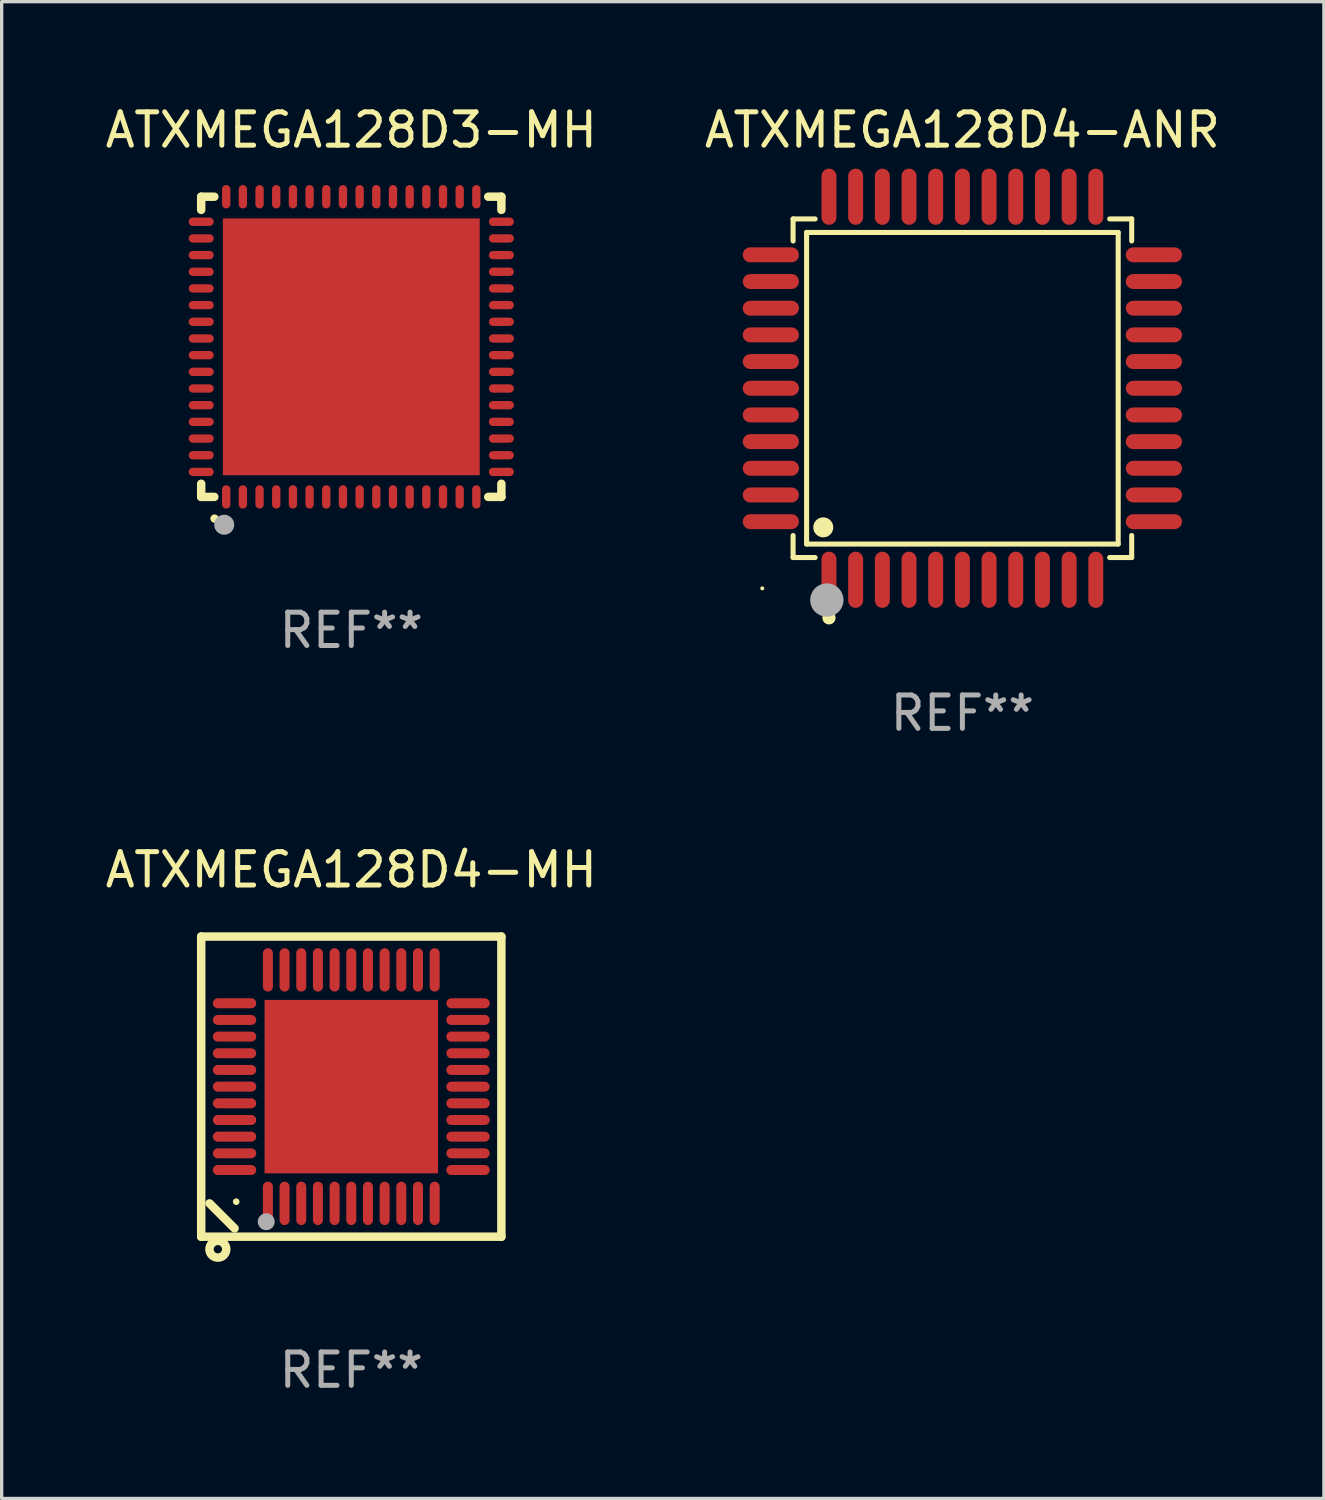
<source format=kicad_pcb>
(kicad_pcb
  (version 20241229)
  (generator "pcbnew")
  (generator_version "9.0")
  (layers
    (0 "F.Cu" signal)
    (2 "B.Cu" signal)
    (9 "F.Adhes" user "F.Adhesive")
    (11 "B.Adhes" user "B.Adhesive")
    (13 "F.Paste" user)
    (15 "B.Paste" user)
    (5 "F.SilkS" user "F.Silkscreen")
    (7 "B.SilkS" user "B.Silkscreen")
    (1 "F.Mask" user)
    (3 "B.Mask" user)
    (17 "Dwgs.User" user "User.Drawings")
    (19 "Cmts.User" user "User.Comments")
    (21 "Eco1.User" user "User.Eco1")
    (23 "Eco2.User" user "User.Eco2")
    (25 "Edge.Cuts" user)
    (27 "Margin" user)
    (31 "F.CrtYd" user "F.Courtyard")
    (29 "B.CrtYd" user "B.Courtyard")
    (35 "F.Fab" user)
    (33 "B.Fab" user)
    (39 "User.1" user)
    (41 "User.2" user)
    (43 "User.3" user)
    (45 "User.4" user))
  (footprint "ATXMEGA128D4-ANR"
    (layer "F.Cu")
    (at 25.804 8.59)
    (property "Reference" "ATXMEGA128D4-ANR" (at 0 -7.742 0) (layer "F.SilkS") (effects (font (size 1 1) (thickness 0.15))))
    (attr through_hole)
    (fp_line (start -5.076 -5.076) (end -4.415 -5.076) (stroke (width 0.152) (type solid)) (layer "F.SilkS"))
    (fp_line (start -5.076 -4.415) (end -5.076 -5.076) (stroke (width 0.152) (type solid)) (layer "F.SilkS"))
    (fp_line (start -5.076 4.415) (end -5.076 5.076) (stroke (width 0.152) (type solid)) (layer "F.SilkS"))
    (fp_line (start -5.076 5.076) (end -4.415 5.076) (stroke (width 0.152) (type solid)) (layer "F.SilkS"))
    (fp_line (start -4.671 -4.671) (end 4.671 -4.671) (stroke (width 0.152) (type solid)) (layer "F.SilkS"))
    (fp_line (start -4.671 4.671) (end -4.671 -4.671) (stroke (width 0.152) (type solid)) (layer "F.SilkS"))
    (fp_line (start 4.671 -4.671) (end 4.671 4.671) (stroke (width 0.152) (type solid)) (layer "F.SilkS"))
    (fp_line (start 4.671 4.671) (end -4.671 4.671) (stroke (width 0.152) (type solid)) (layer "F.SilkS"))
    (fp_line (start 5.076 -5.076) (end 4.415 -5.076) (stroke (width 0.152) (type solid)) (layer "F.SilkS"))
    (fp_line (start 5.076 -4.415) (end 5.076 -5.076) (stroke (width 0.152) (type solid)) (layer "F.SilkS"))
    (fp_line (start 5.076 4.415) (end 5.076 5.076) (stroke (width 0.152) (type solid)) (layer "F.SilkS"))
    (fp_line (start 5.076 5.076) (end 4.415 5.076) (stroke (width 0.152) (type solid)) (layer "F.SilkS"))
    (fp_circle (center -6 6) (end -5.97 6) (stroke (width 0.06) (type solid)) (fill no) (layer "F.SilkS"))
    (fp_circle (center -4.171 4.171) (end -4.021 4.171) (stroke (width 0.3) (type solid)) (fill no) (layer "F.SilkS"))
    (fp_circle (center -4 6.884) (end -3.9 6.884) (stroke (width 0.2) (type solid)) (fill no) (layer "F.SilkS"))
    (fp_circle (center -4.064 6.35) (end -3.814 6.35) (stroke (width 0.5) (type solid)) (fill no) (layer "F.Fab"))
    (fp_text user "REF**" (at 0 9.742 0) (layer "F.Fab") (effects (font (size 1 1) (thickness 0.15))))
    (pad "1" smd oval (at -4 5.742) (size 0.448 1.684) (layers "F.Cu" "F.Mask" "F.Paste"))
    (pad "2" smd oval (at -3.2 5.742) (size 0.448 1.684) (layers "F.Cu" "F.Mask" "F.Paste"))
    (pad "3" smd oval (at -2.4 5.742) (size 0.448 1.684) (layers "F.Cu" "F.Mask" "F.Paste"))
    (pad "4" smd oval (at -1.6 5.742) (size 0.448 1.684) (layers "F.Cu" "F.Mask" "F.Paste"))
    (pad "5" smd oval (at -0.8 5.742) (size 0.448 1.684) (layers "F.Cu" "F.Mask" "F.Paste"))
    (pad "6" smd oval (at 0 5.742) (size 0.448 1.684) (layers "F.Cu" "F.Mask" "F.Paste"))
    (pad "7" smd oval (at 0.8 5.742) (size 0.448 1.684) (layers "F.Cu" "F.Mask" "F.Paste"))
    (pad "8" smd oval (at 1.6 5.742) (size 0.448 1.684) (layers "F.Cu" "F.Mask" "F.Paste"))
    (pad "9" smd oval (at 2.4 5.742) (size 0.448 1.684) (layers "F.Cu" "F.Mask" "F.Paste"))
    (pad "10" smd oval (at 3.2 5.742) (size 0.448 1.684) (layers "F.Cu" "F.Mask" "F.Paste"))
    (pad "11" smd oval (at 4 5.742) (size 0.448 1.684) (layers "F.Cu" "F.Mask" "F.Paste"))
    (pad "12" smd oval (at 5.742 4) (size 1.684 0.448) (layers "F.Cu" "F.Mask" "F.Paste"))
    (pad "13" smd oval (at 5.742 3.2) (size 1.684 0.448) (layers "F.Cu" "F.Mask" "F.Paste"))
    (pad "14" smd oval (at 5.742 2.4) (size 1.684 0.448) (layers "F.Cu" "F.Mask" "F.Paste"))
    (pad "15" smd oval (at 5.742 1.6) (size 1.684 0.448) (layers "F.Cu" "F.Mask" "F.Paste"))
    (pad "16" smd oval (at 5.742 0.8) (size 1.684 0.448) (layers "F.Cu" "F.Mask" "F.Paste"))
    (pad "17" smd oval (at 5.742 0) (size 1.684 0.448) (layers "F.Cu" "F.Mask" "F.Paste"))
    (pad "18" smd oval (at 5.742 -0.8) (size 1.684 0.448) (layers "F.Cu" "F.Mask" "F.Paste"))
    (pad "19" smd oval (at 5.742 -1.6) (size 1.684 0.448) (layers "F.Cu" "F.Mask" "F.Paste"))
    (pad "20" smd oval (at 5.742 -2.4) (size 1.684 0.448) (layers "F.Cu" "F.Mask" "F.Paste"))
    (pad "21" smd oval (at 5.742 -3.2) (size 1.684 0.448) (layers "F.Cu" "F.Mask" "F.Paste"))
    (pad "22" smd oval (at 5.742 -4) (size 1.684 0.448) (layers "F.Cu" "F.Mask" "F.Paste"))
    (pad "23" smd oval (at 4 -5.742) (size 0.448 1.684) (layers "F.Cu" "F.Mask" "F.Paste"))
    (pad "24" smd oval (at 3.2 -5.742) (size 0.448 1.684) (layers "F.Cu" "F.Mask" "F.Paste"))
    (pad "25" smd oval (at 2.4 -5.742) (size 0.448 1.684) (layers "F.Cu" "F.Mask" "F.Paste"))
    (pad "26" smd oval (at 1.6 -5.742) (size 0.448 1.684) (layers "F.Cu" "F.Mask" "F.Paste"))
    (pad "27" smd oval (at 0.8 -5.742) (size 0.448 1.684) (layers "F.Cu" "F.Mask" "F.Paste"))
    (pad "28" smd oval (at 0 -5.742) (size 0.448 1.684) (layers "F.Cu" "F.Mask" "F.Paste"))
    (pad "29" smd oval (at -0.8 -5.742) (size 0.448 1.684) (layers "F.Cu" "F.Mask" "F.Paste"))
    (pad "30" smd oval (at -1.6 -5.742) (size 0.448 1.684) (layers "F.Cu" "F.Mask" "F.Paste"))
    (pad "31" smd oval (at -2.4 -5.742) (size 0.448 1.684) (layers "F.Cu" "F.Mask" "F.Paste"))
    (pad "32" smd oval (at -3.2 -5.742) (size 0.448 1.684) (layers "F.Cu" "F.Mask" "F.Paste"))
    (pad "33" smd oval (at -4 -5.742) (size 0.448 1.684) (layers "F.Cu" "F.Mask" "F.Paste"))
    (pad "34" smd oval (at -5.742 -4) (size 1.684 0.448) (layers "F.Cu" "F.Mask" "F.Paste"))
    (pad "35" smd oval (at -5.742 -3.2) (size 1.684 0.448) (layers "F.Cu" "F.Mask" "F.Paste"))
    (pad "36" smd oval (at -5.742 -2.4) (size 1.684 0.448) (layers "F.Cu" "F.Mask" "F.Paste"))
    (pad "37" smd oval (at -5.742 -1.6) (size 1.684 0.448) (layers "F.Cu" "F.Mask" "F.Paste"))
    (pad "38" smd oval (at -5.742 -0.8) (size 1.684 0.448) (layers "F.Cu" "F.Mask" "F.Paste"))
    (pad "39" smd oval (at -5.742 0) (size 1.684 0.448) (layers "F.Cu" "F.Mask" "F.Paste"))
    (pad "40" smd oval (at -5.742 0.8) (size 1.684 0.448) (layers "F.Cu" "F.Mask" "F.Paste"))
    (pad "41" smd oval (at -5.742 1.6) (size 1.684 0.448) (layers "F.Cu" "F.Mask" "F.Paste"))
    (pad "42" smd oval (at -5.742 2.4) (size 1.684 0.448) (layers "F.Cu" "F.Mask" "F.Paste"))
    (pad "43" smd oval (at -5.742 3.2) (size 1.684 0.448) (layers "F.Cu" "F.Mask" "F.Paste"))
    (pad "44" smd oval (at -5.742 4) (size 1.684 0.448) (layers "F.Cu" "F.Mask" "F.Paste")))
  (footprint "ATXMEGA128D3-MH"
    (layer "F.Cu")
    (at 7.482 7.348)
    (property "Reference" "ATXMEGA128D3-MH" (at 0 -6.5 0) (layer "F.SilkS") (effects (font (size 1 1) (thickness 0.15))))
    (attr through_hole)
    (fp_line (start -4.5 -4.5) (end -4.106 -4.5) (stroke (width 0.254) (type solid)) (layer "F.SilkS"))
    (fp_line (start -4.5 -4.106) (end -4.5 -4.5) (stroke (width 0.254) (type solid)) (layer "F.SilkS"))
    (fp_line (start -4.5 4.5) (end -4.5 4.106) (stroke (width 0.254) (type solid)) (layer "F.SilkS"))
    (fp_line (start -4.106 4.5) (end -4.5 4.5) (stroke (width 0.254) (type solid)) (layer "F.SilkS"))
    (fp_line (start 4.106 -4.5) (end 4.5 -4.5) (stroke (width 0.254) (type solid)) (layer "F.SilkS"))
    (fp_line (start 4.5 -4.5) (end 4.5 -4.106) (stroke (width 0.254) (type solid)) (layer "F.SilkS"))
    (fp_line (start 4.5 4.106) (end 4.5 4.5) (stroke (width 0.254) (type solid)) (layer "F.SilkS"))
    (fp_line (start 4.5 4.5) (end 4.106 4.5) (stroke (width 0.254) (type solid)) (layer "F.SilkS"))
    (fp_arc (start -4.099987 5.149898) (mid -4.098717 5.149892) (end -4.097447 5.149898) (stroke (width 0.24892) (type solid)) (layer "F.SilkS"))
    (fp_circle (center -4.5 4.5) (end -4.47 4.5) (stroke (width 0.06) (type solid)) (fill no) (layer "F.SilkS"))
    (fp_circle (center -3.81 5.334) (end -3.66 5.334) (stroke (width 0.3) (type solid)) (fill no) (layer "F.Fab"))
    (fp_text user "REF**" (at 0 8.5 0) (layer "F.Fab") (effects (font (size 1 1) (thickness 0.15))))
    (pad "1" smd oval (at -3.75 4.5) (size 0.25 0.7) (layers "F.Cu" "F.Mask" "F.Paste"))
    (pad "2" smd oval (at -3.25 4.5) (size 0.25 0.7) (layers "F.Cu" "F.Mask" "F.Paste"))
    (pad "3" smd oval (at -2.75 4.5) (size 0.25 0.7) (layers "F.Cu" "F.Mask" "F.Paste"))
    (pad "4" smd oval (at -2.25 4.5) (size 0.25 0.7) (layers "F.Cu" "F.Mask" "F.Paste"))
    (pad "5" smd oval (at -1.75 4.5) (size 0.25 0.7) (layers "F.Cu" "F.Mask" "F.Paste"))
    (pad "6" smd oval (at -1.25 4.5) (size 0.25 0.7) (layers "F.Cu" "F.Mask" "F.Paste"))
    (pad "7" smd oval (at -0.75 4.5) (size 0.25 0.7) (layers "F.Cu" "F.Mask" "F.Paste"))
    (pad "8" smd oval (at -0.25 4.5) (size 0.25 0.7) (layers "F.Cu" "F.Mask" "F.Paste"))
    (pad "9" smd oval (at 0.25 4.5) (size 0.25 0.7) (layers "F.Cu" "F.Mask" "F.Paste"))
    (pad "10" smd oval (at 0.75 4.5) (size 0.25 0.7) (layers "F.Cu" "F.Mask" "F.Paste"))
    (pad "11" smd oval (at 1.25 4.5) (size 0.25 0.7) (layers "F.Cu" "F.Mask" "F.Paste"))
    (pad "12" smd oval (at 1.75 4.5) (size 0.25 0.7) (layers "F.Cu" "F.Mask" "F.Paste"))
    (pad "13" smd oval (at 2.25 4.5) (size 0.25 0.7) (layers "F.Cu" "F.Mask" "F.Paste"))
    (pad "14" smd oval (at 2.75 4.5) (size 0.25 0.7) (layers "F.Cu" "F.Mask" "F.Paste"))
    (pad "15" smd oval (at 3.25 4.5) (size 0.25 0.7) (layers "F.Cu" "F.Mask" "F.Paste"))
    (pad "16" smd oval (at 3.75 4.5) (size 0.25 0.7) (layers "F.Cu" "F.Mask" "F.Paste"))
    (pad "17" smd oval (at 4.5 3.75) (size 0.75 0.25) (layers "F.Cu" "F.Mask" "F.Paste"))
    (pad "18" smd oval (at 4.5 3.25) (size 0.75 0.25) (layers "F.Cu" "F.Mask" "F.Paste"))
    (pad "19" smd oval (at 4.5 2.75) (size 0.75 0.25) (layers "F.Cu" "F.Mask" "F.Paste"))
    (pad "20" smd oval (at 4.5 2.25) (size 0.75 0.25) (layers "F.Cu" "F.Mask" "F.Paste"))
    (pad "21" smd oval (at 4.5 1.75) (size 0.75 0.25) (layers "F.Cu" "F.Mask" "F.Paste"))
    (pad "22" smd oval (at 4.5 1.25) (size 0.75 0.25) (layers "F.Cu" "F.Mask" "F.Paste"))
    (pad "23" smd oval (at 4.5 0.75) (size 0.75 0.25) (layers "F.Cu" "F.Mask" "F.Paste"))
    (pad "24" smd oval (at 4.5 0.25) (size 0.75 0.25) (layers "F.Cu" "F.Mask" "F.Paste"))
    (pad "25" smd oval (at 4.5 -0.25) (size 0.75 0.25) (layers "F.Cu" "F.Mask" "F.Paste"))
    (pad "26" smd oval (at 4.5 -0.75) (size 0.75 0.25) (layers "F.Cu" "F.Mask" "F.Paste"))
    (pad "27" smd oval (at 4.5 -1.25) (size 0.75 0.25) (layers "F.Cu" "F.Mask" "F.Paste"))
    (pad "28" smd oval (at 4.5 -1.75) (size 0.75 0.25) (layers "F.Cu" "F.Mask" "F.Paste"))
    (pad "29" smd oval (at 4.5 -2.25) (size 0.75 0.25) (layers "F.Cu" "F.Mask" "F.Paste"))
    (pad "30" smd oval (at 4.5 -2.75) (size 0.75 0.25) (layers "F.Cu" "F.Mask" "F.Paste"))
    (pad "31" smd oval (at 4.5 -3.25) (size 0.75 0.25) (layers "F.Cu" "F.Mask" "F.Paste"))
    (pad "32" smd oval (at 4.5 -3.75) (size 0.75 0.25) (layers "F.Cu" "F.Mask" "F.Paste"))
    (pad "33" smd oval (at 3.75 -4.5) (size 0.25 0.7) (layers "F.Cu" "F.Mask" "F.Paste"))
    (pad "34" smd oval (at 3.25 -4.5) (size 0.25 0.7) (layers "F.Cu" "F.Mask" "F.Paste"))
    (pad "35" smd oval (at 2.75 -4.5) (size 0.25 0.7) (layers "F.Cu" "F.Mask" "F.Paste"))
    (pad "36" smd oval (at 2.25 -4.5) (size 0.25 0.7) (layers "F.Cu" "F.Mask" "F.Paste"))
    (pad "37" smd oval (at 1.75 -4.5) (size 0.25 0.7) (layers "F.Cu" "F.Mask" "F.Paste"))
    (pad "38" smd oval (at 1.25 -4.5) (size 0.25 0.7) (layers "F.Cu" "F.Mask" "F.Paste"))
    (pad "39" smd oval (at 0.75 -4.5) (size 0.25 0.7) (layers "F.Cu" "F.Mask" "F.Paste"))
    (pad "40" smd oval (at 0.25 -4.5) (size 0.25 0.7) (layers "F.Cu" "F.Mask" "F.Paste"))
    (pad "41" smd oval (at -0.25 -4.5) (size 0.25 0.7) (layers "F.Cu" "F.Mask" "F.Paste"))
    (pad "42" smd oval (at -0.75 -4.5) (size 0.25 0.7) (layers "F.Cu" "F.Mask" "F.Paste"))
    (pad "43" smd oval (at -1.25 -4.5) (size 0.25 0.7) (layers "F.Cu" "F.Mask" "F.Paste"))
    (pad "44" smd oval (at -1.75 -4.5) (size 0.25 0.7) (layers "F.Cu" "F.Mask" "F.Paste"))
    (pad "45" smd oval (at -2.25 -4.5) (size 0.25 0.7) (layers "F.Cu" "F.Mask" "F.Paste"))
    (pad "46" smd oval (at -2.75 -4.5) (size 0.25 0.7) (layers "F.Cu" "F.Mask" "F.Paste"))
    (pad "47" smd oval (at -3.25 -4.5) (size 0.25 0.7) (layers "F.Cu" "F.Mask" "F.Paste"))
    (pad "48" smd oval (at -3.75 -4.5) (size 0.25 0.7) (layers "F.Cu" "F.Mask" "F.Paste"))
    (pad "49" smd oval (at -4.5 -3.75) (size 0.75 0.25) (layers "F.Cu" "F.Mask" "F.Paste"))
    (pad "50" smd oval (at -4.5 -3.25) (size 0.75 0.25) (layers "F.Cu" "F.Mask" "F.Paste"))
    (pad "51" smd oval (at -4.5 -2.75) (size 0.75 0.25) (layers "F.Cu" "F.Mask" "F.Paste"))
    (pad "52" smd oval (at -4.5 -2.25) (size 0.75 0.25) (layers "F.Cu" "F.Mask" "F.Paste"))
    (pad "53" smd oval (at -4.5 -1.75) (size 0.75 0.25) (layers "F.Cu" "F.Mask" "F.Paste"))
    (pad "54" smd oval (at -4.5 -1.25) (size 0.75 0.25) (layers "F.Cu" "F.Mask" "F.Paste"))
    (pad "55" smd oval (at -4.5 -0.75) (size 0.75 0.25) (layers "F.Cu" "F.Mask" "F.Paste"))
    (pad "56" smd oval (at -4.5 -0.25) (size 0.75 0.25) (layers "F.Cu" "F.Mask" "F.Paste"))
    (pad "57" smd oval (at -4.5 0.25) (size 0.75 0.25) (layers "F.Cu" "F.Mask" "F.Paste"))
    (pad "58" smd oval (at -4.5 0.75) (size 0.75 0.25) (layers "F.Cu" "F.Mask" "F.Paste"))
    (pad "59" smd oval (at -4.5 1.25) (size 0.75 0.25) (layers "F.Cu" "F.Mask" "F.Paste"))
    (pad "60" smd oval (at -4.5 1.75) (size 0.75 0.25) (layers "F.Cu" "F.Mask" "F.Paste"))
    (pad "61" smd oval (at -4.5 2.25) (size 0.75 0.25) (layers "F.Cu" "F.Mask" "F.Paste"))
    (pad "62" smd oval (at -4.5 2.75) (size 0.75 0.25) (layers "F.Cu" "F.Mask" "F.Paste"))
    (pad "63" smd oval (at -4.5 3.25) (size 0.75 0.25) (layers "F.Cu" "F.Mask" "F.Paste"))
    (pad "64" smd oval (at -4.5 3.75) (size 0.75 0.25) (layers "F.Cu" "F.Mask" "F.Paste"))
    (pad "65" smd rect (at 0.000394 -0.000013) (size 7.7 7.7) (layers "F.Cu" "F.Mask" "F.Paste")))
  (footprint "ATXMEGA128D4-MH"
    (layer "F.Cu")
    (at 7.482 29.529)
    (property "Reference" "ATXMEGA128D4-MH" (at 0 -6.5 0) (layer "F.SilkS") (effects (font (size 1 1) (thickness 0.15))))
    (attr through_hole)
    (fp_line (start -4.5 -4.5) (end -4.5 4.5) (stroke (width 0.254) (type solid)) (layer "F.SilkS"))
    (fp_line (start -4.5 4.5) (end 4.5 4.5) (stroke (width 0.254) (type solid)) (layer "F.SilkS"))
    (fp_line (start -3.5 4.25) (end -4.25 3.5) (stroke (width 0.254) (type solid)) (layer "F.SilkS"))
    (fp_line (start 4.5 -4.5) (end -4.5 -4.5) (stroke (width 0.254) (type solid)) (layer "F.SilkS"))
    (fp_line (start 4.5 4.5) (end 4.5 -4.5) (stroke (width 0.254) (type solid)) (layer "F.SilkS"))
    (fp_circle (center -4 4.875) (end -3.875 4.875) (stroke (width 0.254) (type solid)) (fill no) (layer "F.SilkS"))
    (fp_circle (center -3.45 3.45) (end -3.4 3.45) (stroke (width 0.1) (type solid)) (fill no) (layer "F.SilkS"))
    (fp_circle (center -2.55 4.05) (end -2.423 4.05) (stroke (width 0.254) (type solid)) (fill no) (layer "F.Fab"))
    (fp_text user "REF**" (at 0 8.5 0) (layer "F.Fab") (effects (font (size 1 1) (thickness 0.15))))
    (pad "1" smd oval (at -2.5 3.5 90) (size 1.3 0.3) (layers "F.Cu" "F.Mask" "F.Paste"))
    (pad "2" smd oval (at -2 3.5 90) (size 1.3 0.3) (layers "F.Cu" "F.Mask" "F.Paste"))
    (pad "3" smd oval (at -1.5 3.5 90) (size 1.3 0.3) (layers "F.Cu" "F.Mask" "F.Paste"))
    (pad "4" smd oval (at -1 3.5 90) (size 1.3 0.3) (layers "F.Cu" "F.Mask" "F.Paste"))
    (pad "5" smd oval (at -0.5 3.5 90) (size 1.3 0.3) (layers "F.Cu" "F.Mask" "F.Paste"))
    (pad "6" smd oval (at 0.000025 3.5 90) (size 1.3 0.3) (layers "F.Cu" "F.Mask" "F.Paste"))
    (pad "7" smd oval (at 0.5 3.5 90) (size 1.3 0.3) (layers "F.Cu" "F.Mask" "F.Paste"))
    (pad "8" smd oval (at 1 3.5 90) (size 1.3 0.3) (layers "F.Cu" "F.Mask" "F.Paste"))
    (pad "9" smd oval (at 1.5 3.5 90) (size 1.3 0.3) (layers "F.Cu" "F.Mask" "F.Paste"))
    (pad "10" smd oval (at 2 3.5 90) (size 1.3 0.3) (layers "F.Cu" "F.Mask" "F.Paste"))
    (pad "11" smd oval (at 2.5 3.5 90) (size 1.3 0.3) (layers "F.Cu" "F.Mask" "F.Paste"))
    (pad "12" smd oval (at 3.5 2.5 90) (size 0.3 1.3) (layers "F.Cu" "F.Mask" "F.Paste"))
    (pad "13" smd oval (at 3.5 2 90) (size 0.3 1.3) (layers "F.Cu" "F.Mask" "F.Paste"))
    (pad "14" smd oval (at 3.5 1.5 90) (size 0.3 1.3) (layers "F.Cu" "F.Mask" "F.Paste"))
    (pad "15" smd oval (at 3.5 1 90) (size 0.3 1.3) (layers "F.Cu" "F.Mask" "F.Paste"))
    (pad "16" smd oval (at 3.5 0.5 90) (size 0.3 1.3) (layers "F.Cu" "F.Mask" "F.Paste"))
    (pad "17" smd oval (at 3.5 0.000025 90) (size 0.3 1.3) (layers "F.Cu" "F.Mask" "F.Paste"))
    (pad "18" smd oval (at 3.5 -0.5 90) (size 0.3 1.3) (layers "F.Cu" "F.Mask" "F.Paste"))
    (pad "19" smd oval (at 3.5 -1 90) (size 0.3 1.3) (layers "F.Cu" "F.Mask" "F.Paste"))
    (pad "20" smd oval (at 3.5 -1.5 90) (size 0.3 1.3) (layers "F.Cu" "F.Mask" "F.Paste"))
    (pad "21" smd oval (at 3.5 -2 90) (size 0.3 1.3) (layers "F.Cu" "F.Mask" "F.Paste"))
    (pad "22" smd oval (at 3.5 -2.5 90) (size 0.3 1.3) (layers "F.Cu" "F.Mask" "F.Paste"))
    (pad "23" smd oval (at 2.5 -3.5 90) (size 1.3 0.3) (layers "F.Cu" "F.Mask" "F.Paste"))
    (pad "24" smd oval (at 2 -3.5 90) (size 1.3 0.3) (layers "F.Cu" "F.Mask" "F.Paste"))
    (pad "25" smd oval (at 1.5 -3.5 90) (size 1.3 0.3) (layers "F.Cu" "F.Mask" "F.Paste"))
    (pad "26" smd oval (at 1 -3.5 90) (size 1.3 0.3) (layers "F.Cu" "F.Mask" "F.Paste"))
    (pad "27" smd oval (at 0.5 -3.5 90) (size 1.3 0.3) (layers "F.Cu" "F.Mask" "F.Paste"))
    (pad "28" smd oval (at 0.000025 -3.5 90) (size 1.3 0.3) (layers "F.Cu" "F.Mask" "F.Paste"))
    (pad "29" smd oval (at -0.5 -3.5 90) (size 1.3 0.3) (layers "F.Cu" "F.Mask" "F.Paste"))
    (pad "30" smd oval (at -1 -3.5 90) (size 1.3 0.3) (layers "F.Cu" "F.Mask" "F.Paste"))
    (pad "31" smd oval (at -1.5 -3.5 90) (size 1.3 0.3) (layers "F.Cu" "F.Mask" "F.Paste"))
    (pad "32" smd oval (at -2 -3.5 90) (size 1.3 0.3) (layers "F.Cu" "F.Mask" "F.Paste"))
    (pad "33" smd oval (at -2.5 -3.5 90) (size 1.3 0.3) (layers "F.Cu" "F.Mask" "F.Paste"))
    (pad "34" smd oval (at -3.5 -2.5 90) (size 0.3 1.3) (layers "F.Cu" "F.Mask" "F.Paste"))
    (pad "35" smd oval (at -3.5 -2 90) (size 0.3 1.3) (layers "F.Cu" "F.Mask" "F.Paste"))
    (pad "36" smd oval (at -3.5 -1.5 90) (size 0.3 1.3) (layers "F.Cu" "F.Mask" "F.Paste"))
    (pad "37" smd oval (at -3.5 -1 90) (size 0.3 1.3) (layers "F.Cu" "F.Mask" "F.Paste"))
    (pad "38" smd oval (at -3.5 -0.5 90) (size 0.3 1.3) (layers "F.Cu" "F.Mask" "F.Paste"))
    (pad "39" smd oval (at -3.5 0.000025 90) (size 0.3 1.3) (layers "F.Cu" "F.Mask" "F.Paste"))
    (pad "40" smd oval (at -3.5 0.5 90) (size 0.3 1.3) (layers "F.Cu" "F.Mask" "F.Paste"))
    (pad "41" smd oval (at -3.5 1 90) (size 0.3 1.3) (layers "F.Cu" "F.Mask" "F.Paste"))
    (pad "42" smd oval (at -3.5 1.5 90) (size 0.3 1.3) (layers "F.Cu" "F.Mask" "F.Paste"))
    (pad "43" smd oval (at -3.5 2 90) (size 0.3 1.3) (layers "F.Cu" "F.Mask" "F.Paste"))
    (pad "44" smd oval (at -3.5 2.5 90) (size 0.3 1.3) (layers "F.Cu" "F.Mask" "F.Paste"))
    (pad "45" smd rect (at 0.000025 0.000025 90) (size 5.2 5.2) (layers "F.Cu" "F.Mask" "F.Paste")))
  (gr_rect
    (start -3 -3)
    (end 36.643 41.877)
    (stroke (width 0.1) (type default))
    (fill no)
    (layer "Edge.Cuts")))
</source>
